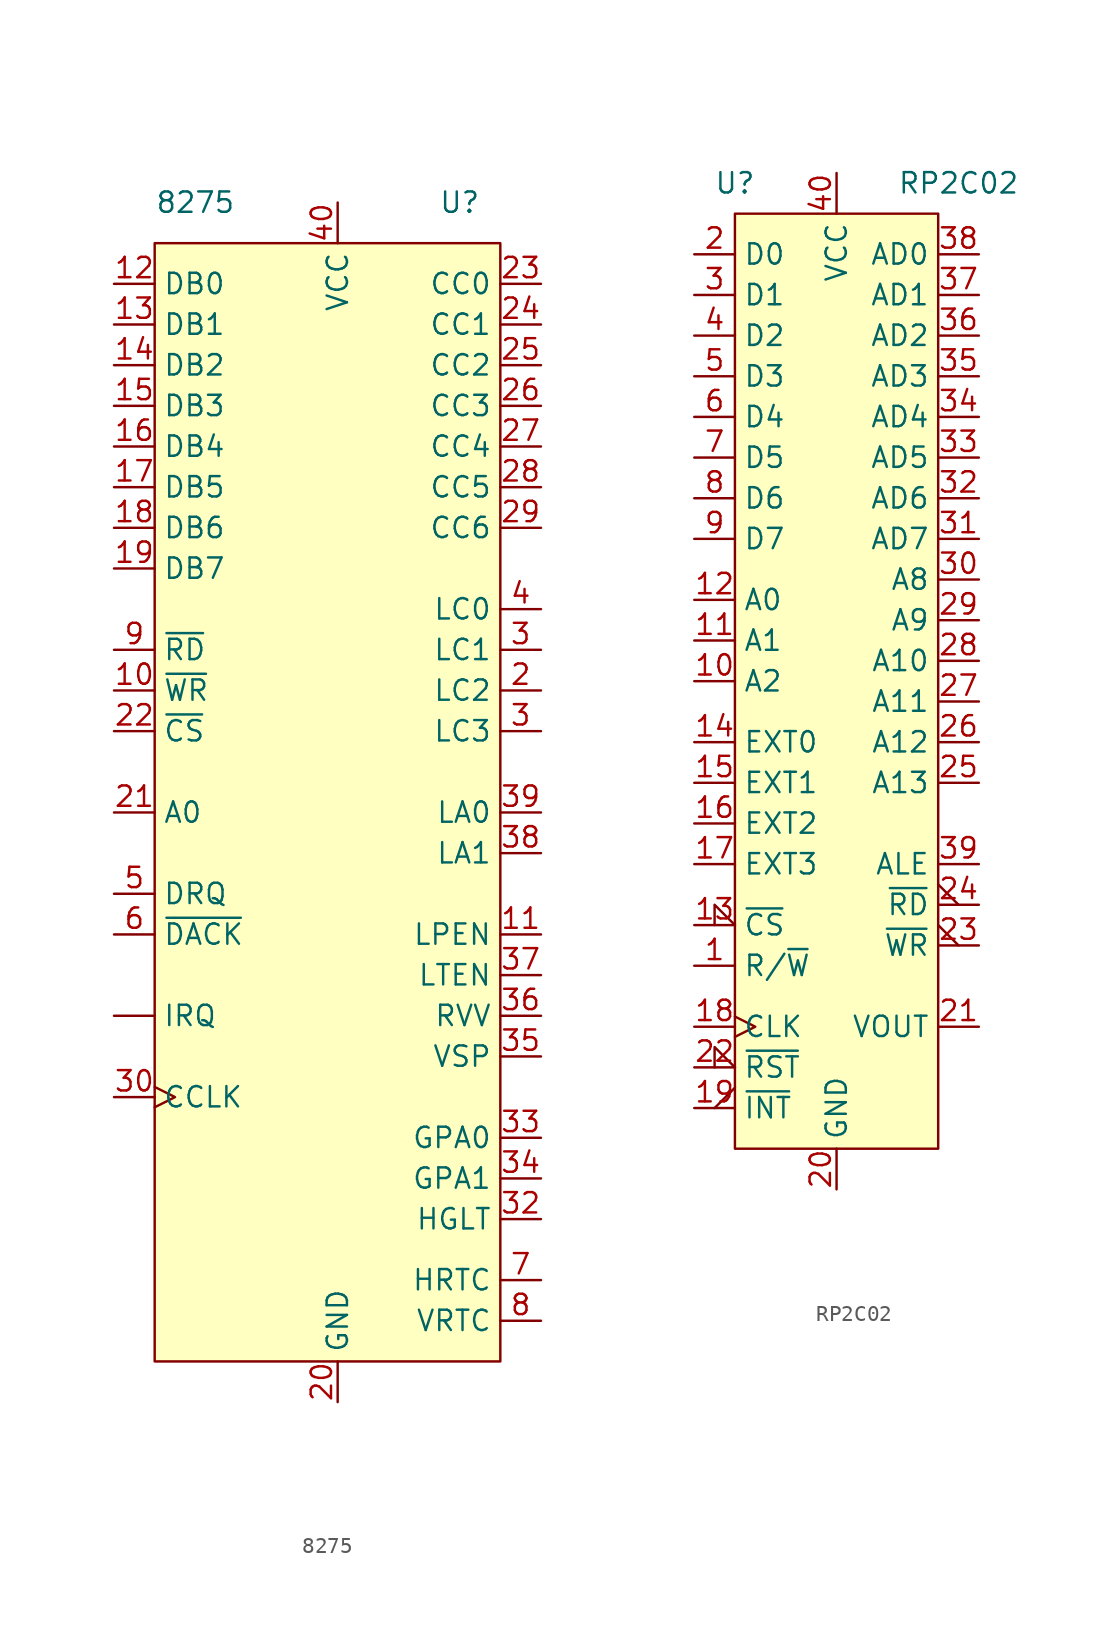
<source format=kicad_sym>
(kicad_symbol_lib
  (version 20231120)
  (generator "kicad_symbol_editor")
  (generator_version "8.0")
  (symbol "8275"
    (property "Reference" "U"
      (at 7.62 33.02 0)
      (effects (font (size 1.27 1.27))))
    (property "Value" "8275"
      (at -8.89 33.02 0)
      (effects (font (size 1.27 1.27))))
    (symbol "8275_0_1"
      (rectangle (start -11.43 30.48) (end 10.16 -39.37) (stroke (width 0) (type default)) (fill (type background))))
    (symbol "8275_1_1"
      (pin output line (at -13.97 -17.78 0) (length 2.54) (name "IRQ" (effects (font (size 1.27 1.27)))) (number "" (effects (font (size 1.27 1.27)))))
      (pin input line (at -13.97 2.54 0) (length 2.54) (name "~{WR}" (effects (font (size 1.27 1.27)))) (number "10" (effects (font (size 1.27 1.27)))))
      (pin input line (at 12.7 -12.7 180) (length 2.54) (name "LPEN" (effects (font (size 1.27 1.27)))) (number "11" (effects (font (size 1.27 1.27)))))
      (pin bidirectional line (at -13.97 27.94 0) (length 2.54) (name "DB0" (effects (font (size 1.27 1.27)))) (number "12" (effects (font (size 1.27 1.27)))))
      (pin bidirectional line (at -13.97 25.4 0) (length 2.54) (name "DB1" (effects (font (size 1.27 1.27)))) (number "13" (effects (font (size 1.27 1.27)))))
      (pin bidirectional line (at -13.97 22.86 0) (length 2.54) (name "DB2" (effects (font (size 1.27 1.27)))) (number "14" (effects (font (size 1.27 1.27)))))
      (pin bidirectional line (at -13.97 20.32 0) (length 2.54) (name "DB3" (effects (font (size 1.27 1.27)))) (number "15" (effects (font (size 1.27 1.27)))))
      (pin bidirectional line (at -13.97 17.78 0) (length 2.54) (name "DB4" (effects (font (size 1.27 1.27)))) (number "16" (effects (font (size 1.27 1.27)))))
      (pin bidirectional line (at -13.97 15.24 0) (length 2.54) (name "DB5" (effects (font (size 1.27 1.27)))) (number "17" (effects (font (size 1.27 1.27)))))
      (pin bidirectional line (at -13.97 12.7 0) (length 2.54) (name "DB6" (effects (font (size 1.27 1.27)))) (number "18" (effects (font (size 1.27 1.27)))))
      (pin bidirectional line (at -13.97 10.16 0) (length 2.54) (name "DB7" (effects (font (size 1.27 1.27)))) (number "19" (effects (font (size 1.27 1.27)))))
      (pin output line (at 12.7 2.54 180) (length 2.54) (name "LC2" (effects (font (size 1.27 1.27)))) (number "2" (effects (font (size 1.27 1.27)))))
      (pin power_in line (at 0 -41.91 90) (length 2.54) (name "GND" (effects (font (size 1.27 1.27)))) (number "20" (effects (font (size 1.27 1.27)))))
      (pin input line (at -13.97 -5.08 0) (length 2.54) (name "A0" (effects (font (size 1.27 1.27)))) (number "21" (effects (font (size 1.27 1.27)))))
      (pin input line (at -13.97 0 0) (length 2.54) (name "~{CS}" (effects (font (size 1.27 1.27)))) (number "22" (effects (font (size 1.27 1.27)))))
      (pin output line (at 12.7 27.94 180) (length 2.54) (name "CC0" (effects (font (size 1.27 1.27)))) (number "23" (effects (font (size 1.27 1.27)))))
      (pin output line (at 12.7 25.4 180) (length 2.54) (name "CC1" (effects (font (size 1.27 1.27)))) (number "24" (effects (font (size 1.27 1.27)))))
      (pin output line (at 12.7 22.86 180) (length 2.54) (name "CC2" (effects (font (size 1.27 1.27)))) (number "25" (effects (font (size 1.27 1.27)))))
      (pin output line (at 12.7 20.32 180) (length 2.54) (name "CC3" (effects (font (size 1.27 1.27)))) (number "26" (effects (font (size 1.27 1.27)))))
      (pin output line (at 12.7 17.78 180) (length 2.54) (name "CC4" (effects (font (size 1.27 1.27)))) (number "27" (effects (font (size 1.27 1.27)))))
      (pin output line (at 12.7 15.24 180) (length 2.54) (name "CC5" (effects (font (size 1.27 1.27)))) (number "28" (effects (font (size 1.27 1.27)))))
      (pin output line (at 12.7 12.7 180) (length 2.54) (name "CC6" (effects (font (size 1.27 1.27)))) (number "29" (effects (font (size 1.27 1.27)))))
      (pin output line (at 12.7 5.08 180) (length 2.54) (name "LC1" (effects (font (size 1.27 1.27)))) (number "3" (effects (font (size 1.27 1.27)))))
      (pin output line (at 12.7 0 180) (length 2.54) (name "LC3" (effects (font (size 1.27 1.27)))) (number "3" (effects (font (size 1.27 1.27)))))
      (pin input clock (at -13.97 -22.86 0) (length 2.54) (name "CCLK" (effects (font (size 1.27 1.27)))) (number "30" (effects (font (size 1.27 1.27)))))
      (pin output line (at 12.7 -30.48 180) (length 2.54) (name "HGLT" (effects (font (size 1.27 1.27)))) (number "32" (effects (font (size 1.27 1.27)))))
      (pin output line (at 12.7 -25.4 180) (length 2.54) (name "GPA0" (effects (font (size 1.27 1.27)))) (number "33" (effects (font (size 1.27 1.27)))))
      (pin output line (at 12.7 -27.94 180) (length 2.54) (name "GPA1" (effects (font (size 1.27 1.27)))) (number "34" (effects (font (size 1.27 1.27)))))
      (pin output line (at 12.7 -20.32 180) (length 2.54) (name "VSP" (effects (font (size 1.27 1.27)))) (number "35" (effects (font (size 1.27 1.27)))))
      (pin output line (at 12.7 -17.78 180) (length 2.54) (name "RVV" (effects (font (size 1.27 1.27)))) (number "36" (effects (font (size 1.27 1.27)))))
      (pin output line (at 12.7 -15.24 180) (length 2.54) (name "LTEN" (effects (font (size 1.27 1.27)))) (number "37" (effects (font (size 1.27 1.27)))))
      (pin output line (at 12.7 -7.62 180) (length 2.54) (name "LA1" (effects (font (size 1.27 1.27)))) (number "38" (effects (font (size 1.27 1.27)))))
      (pin output line (at 12.7 -5.08 180) (length 2.54) (name "LA0" (effects (font (size 1.27 1.27)))) (number "39" (effects (font (size 1.27 1.27)))))
      (pin output line (at 12.7 7.62 180) (length 2.54) (name "LC0" (effects (font (size 1.27 1.27)))) (number "4" (effects (font (size 1.27 1.27)))))
      (pin power_in line (at 0 33.02 270) (length 2.54) (name "VCC" (effects (font (size 1.27 1.27)))) (number "40" (effects (font (size 1.27 1.27)))))
      (pin output line (at -13.97 -10.16 0) (length 2.54) (name "DRQ" (effects (font (size 1.27 1.27)))) (number "5" (effects (font (size 1.27 1.27)))))
      (pin input line (at -13.97 -12.7 0) (length 2.54) (name "~{DACK}" (effects (font (size 1.27 1.27)))) (number "6" (effects (font (size 1.27 1.27)))))
      (pin output line (at 12.7 -34.29 180) (length 2.54) (name "HRTC" (effects (font (size 1.27 1.27)))) (number "7" (effects (font (size 1.27 1.27)))))
      (pin output line (at 12.7 -36.83 180) (length 2.54) (name "VRTC" (effects (font (size 1.27 1.27)))) (number "8" (effects (font (size 1.27 1.27)))))
      (pin input line (at -13.97 5.08 0) (length 2.54) (name "~{RD}" (effects (font (size 1.27 1.27)))) (number "9" (effects (font (size 1.27 1.27)))))))
  (symbol "RP2C02"
    (property "Reference" "U"
      (at -6.35 27.305 0)
      (effects (font (size 1.27 1.27))))
    (property "Value" "RP2C02"
      (at 7.62 27.305 0)
      (effects (font (size 1.27 1.27))))
    (symbol "RP2C02_0_1"
      (rectangle (start -6.35 25.4) (end 6.35 -33.02) (stroke (width 0) (type default)) (fill (type background))))
    (symbol "RP2C02_1_1"
      (pin input line (at -8.89 -21.59 0) (length 2.54) (name "R/~{W}" (effects (font (size 1.27 1.27)))) (number "1" (effects (font (size 1.27 1.27)))))
      (pin input line (at -8.89 -3.81 0) (length 2.54) (name "A2" (effects (font (size 1.27 1.27)))) (number "10" (effects (font (size 1.27 1.27)))))
      (pin input line (at -8.89 -1.27 0) (length 2.54) (name "A1" (effects (font (size 1.27 1.27)))) (number "11" (effects (font (size 1.27 1.27)))))
      (pin input line (at -8.89 1.27 0) (length 2.54) (name "A0" (effects (font (size 1.27 1.27)))) (number "12" (effects (font (size 1.27 1.27)))))
      (pin input input_low (at -8.89 -19.05 0) (length 2.54) (name "~{CS}" (effects (font (size 1.27 1.27)))) (number "13" (effects (font (size 1.27 1.27)))))
      (pin bidirectional line (at -8.89 -7.62 0) (length 2.54) (name "EXT0" (effects (font (size 1.27 1.27)))) (number "14" (effects (font (size 1.27 1.27)))))
      (pin bidirectional line (at -8.89 -10.16 0) (length 2.54) (name "EXT1" (effects (font (size 1.27 1.27)))) (number "15" (effects (font (size 1.27 1.27)))))
      (pin bidirectional line (at -8.89 -12.7 0) (length 2.54) (name "EXT2" (effects (font (size 1.27 1.27)))) (number "16" (effects (font (size 1.27 1.27)))))
      (pin bidirectional line (at -8.89 -15.24 0) (length 2.54) (name "EXT3" (effects (font (size 1.27 1.27)))) (number "17" (effects (font (size 1.27 1.27)))))
      (pin input clock (at -8.89 -25.4 0) (length 2.54) (name "CLK" (effects (font (size 1.27 1.27)))) (number "18" (effects (font (size 1.27 1.27)))))
      (pin open_collector output_low (at -8.89 -30.48 0) (length 2.54) (name "~{INT}" (effects (font (size 1.27 1.27)))) (number "19" (effects (font (size 1.27 1.27)))))
      (pin bidirectional line (at -8.89 22.86 0) (length 2.54) (name "D0" (effects (font (size 1.27 1.27)))) (number "2" (effects (font (size 1.27 1.27)))))
      (pin power_in line (at 0 -35.56 90) (length 2.54) (name "GND" (effects (font (size 1.27 1.27)))) (number "20" (effects (font (size 1.27 1.27)))))
      (pin output line (at 8.89 -25.4 180) (length 2.54) (name "VOUT" (effects (font (size 1.27 1.27)))) (number "21" (effects (font (size 1.27 1.27)))))
      (pin input input_low (at -8.89 -27.94 0) (length 2.54) (name "~{RST}" (effects (font (size 1.27 1.27)))) (number "22" (effects (font (size 1.27 1.27)))))
      (pin output output_low (at 8.89 -20.32 180) (length 2.54) (name "~{WR}" (effects (font (size 1.27 1.27)))) (number "23" (effects (font (size 1.27 1.27)))))
      (pin output output_low (at 8.89 -17.78 180) (length 2.54) (name "~{RD}" (effects (font (size 1.27 1.27)))) (number "24" (effects (font (size 1.27 1.27)))))
      (pin output line (at 8.89 -10.16 180) (length 2.54) (name "A13" (effects (font (size 1.27 1.27)))) (number "25" (effects (font (size 1.27 1.27)))))
      (pin output line (at 8.89 -7.62 180) (length 2.54) (name "A12" (effects (font (size 1.27 1.27)))) (number "26" (effects (font (size 1.27 1.27)))))
      (pin output line (at 8.89 -5.08 180) (length 2.54) (name "A11" (effects (font (size 1.27 1.27)))) (number "27" (effects (font (size 1.27 1.27)))))
      (pin output line (at 8.89 -2.54 180) (length 2.54) (name "A10" (effects (font (size 1.27 1.27)))) (number "28" (effects (font (size 1.27 1.27)))))
      (pin output line (at 8.89 0 180) (length 2.54) (name "A9" (effects (font (size 1.27 1.27)))) (number "29" (effects (font (size 1.27 1.27)))))
      (pin bidirectional line (at -8.89 20.32 0) (length 2.54) (name "D1" (effects (font (size 1.27 1.27)))) (number "3" (effects (font (size 1.27 1.27)))))
      (pin output line (at 8.89 2.54 180) (length 2.54) (name "A8" (effects (font (size 1.27 1.27)))) (number "30" (effects (font (size 1.27 1.27)))))
      (pin bidirectional line (at 8.89 5.08 180) (length 2.54) (name "AD7" (effects (font (size 1.27 1.27)))) (number "31" (effects (font (size 1.27 1.27)))))
      (pin bidirectional line (at 8.89 7.62 180) (length 2.54) (name "AD6" (effects (font (size 1.27 1.27)))) (number "32" (effects (font (size 1.27 1.27)))))
      (pin bidirectional line (at 8.89 10.16 180) (length 2.54) (name "AD5" (effects (font (size 1.27 1.27)))) (number "33" (effects (font (size 1.27 1.27)))))
      (pin bidirectional line (at 8.89 12.7 180) (length 2.54) (name "AD4" (effects (font (size 1.27 1.27)))) (number "34" (effects (font (size 1.27 1.27)))))
      (pin bidirectional line (at 8.89 15.24 180) (length 2.54) (name "AD3" (effects (font (size 1.27 1.27)))) (number "35" (effects (font (size 1.27 1.27)))))
      (pin bidirectional line (at 8.89 17.78 180) (length 2.54) (name "AD2" (effects (font (size 1.27 1.27)))) (number "36" (effects (font (size 1.27 1.27)))))
      (pin bidirectional line (at 8.89 20.32 180) (length 2.54) (name "AD1" (effects (font (size 1.27 1.27)))) (number "37" (effects (font (size 1.27 1.27)))))
      (pin bidirectional line (at 8.89 22.86 180) (length 2.54) (name "AD0" (effects (font (size 1.27 1.27)))) (number "38" (effects (font (size 1.27 1.27)))))
      (pin output line (at 8.89 -15.24 180) (length 2.54) (name "ALE" (effects (font (size 1.27 1.27)))) (number "39" (effects (font (size 1.27 1.27)))))
      (pin bidirectional line (at -8.89 17.78 0) (length 2.54) (name "D2" (effects (font (size 1.27 1.27)))) (number "4" (effects (font (size 1.27 1.27)))))
      (pin power_in line (at 0 27.94 270) (length 2.54) (name "VCC" (effects (font (size 1.27 1.27)))) (number "40" (effects (font (size 1.27 1.27)))))
      (pin bidirectional line (at -8.89 15.24 0) (length 2.54) (name "D3" (effects (font (size 1.27 1.27)))) (number "5" (effects (font (size 1.27 1.27)))))
      (pin bidirectional line (at -8.89 12.7 0) (length 2.54) (name "D4" (effects (font (size 1.27 1.27)))) (number "6" (effects (font (size 1.27 1.27)))))
      (pin bidirectional line (at -8.89 10.16 0) (length 2.54) (name "D5" (effects (font (size 1.27 1.27)))) (number "7" (effects (font (size 1.27 1.27)))))
      (pin bidirectional line (at -8.89 7.62 0) (length 2.54) (name "D6" (effects (font (size 1.27 1.27)))) (number "8" (effects (font (size 1.27 1.27)))))
      (pin bidirectional line (at -8.89 5.08 0) (length 2.54) (name "D7" (effects (font (size 1.27 1.27)))) (number "9" (effects (font (size 1.27 1.27))))))))
</source>
